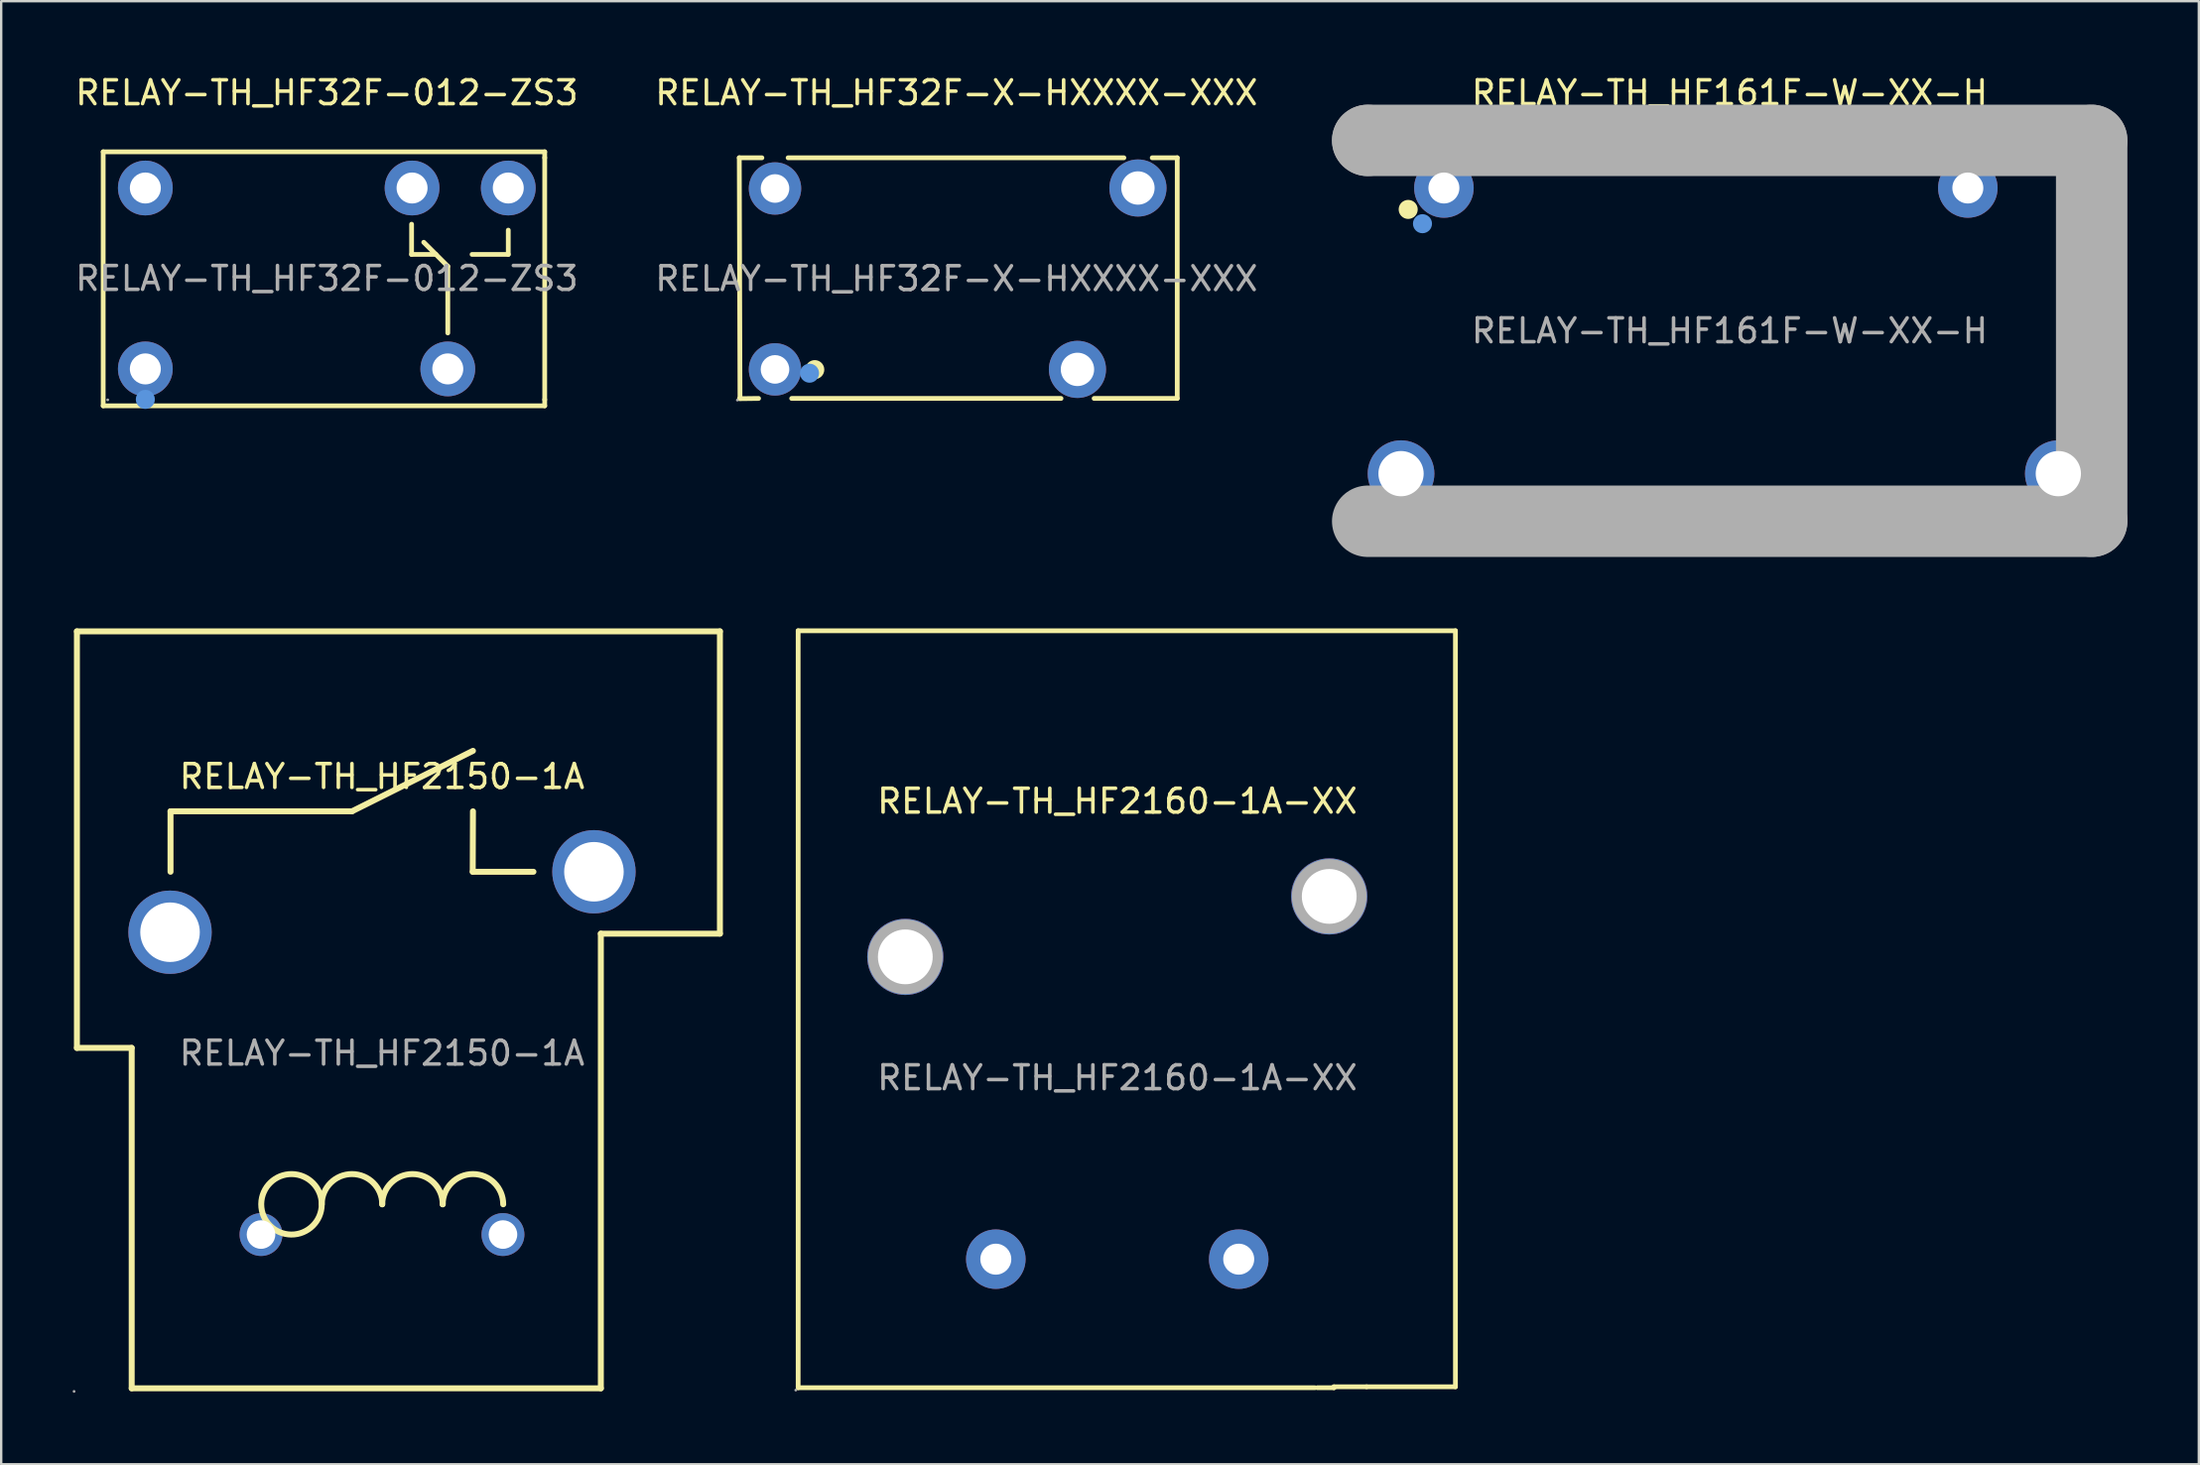
<source format=kicad_pcb>
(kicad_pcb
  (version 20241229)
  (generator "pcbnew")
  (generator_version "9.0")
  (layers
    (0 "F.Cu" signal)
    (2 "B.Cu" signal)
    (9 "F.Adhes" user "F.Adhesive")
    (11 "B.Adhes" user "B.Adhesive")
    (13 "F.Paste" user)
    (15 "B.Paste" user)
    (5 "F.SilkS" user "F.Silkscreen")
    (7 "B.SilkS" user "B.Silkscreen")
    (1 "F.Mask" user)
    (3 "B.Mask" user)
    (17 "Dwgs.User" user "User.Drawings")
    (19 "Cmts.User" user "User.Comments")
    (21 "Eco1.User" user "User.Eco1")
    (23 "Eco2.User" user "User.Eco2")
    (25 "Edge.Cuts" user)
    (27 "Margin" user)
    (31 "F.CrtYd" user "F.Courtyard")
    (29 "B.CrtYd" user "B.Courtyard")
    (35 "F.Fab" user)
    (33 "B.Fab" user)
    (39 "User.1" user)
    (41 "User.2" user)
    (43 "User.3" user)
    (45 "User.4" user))
  (footprint "RELAY-TH_HF2150-1A"
    (layer "F.Cu")
    (at 12.99 41.193)
    (property "Reference" "RELAY-TH_HF2150-1A" (at 0 -11.62 0) (layer "F.SilkS") (effects (font (size 1 1) (thickness 0.15))))
    (attr through_hole)
    (fp_line (start -12.81 -17.72) (end -12.81 -0.22) (stroke (width 0.25) (type solid)) (layer "F.SilkS"))
    (fp_line (start -12.81 -0.22) (end -10.51 -0.22) (stroke (width 0.25) (type solid)) (layer "F.SilkS"))
    (fp_line (start -10.51 -0.22) (end -10.51 14.08) (stroke (width 0.25) (type solid)) (layer "F.SilkS"))
    (fp_line (start -8.88 -10.16) (end -1.26 -10.16) (stroke (width 0.25) (type solid)) (layer "F.SilkS"))
    (fp_line (start -8.88 -7.62) (end -8.88 -10.16) (stroke (width 0.25) (type solid)) (layer "F.SilkS"))
    (fp_line (start -1.26 -10.16) (end 3.82 -12.7) (stroke (width 0.25) (type solid)) (layer "F.SilkS"))
    (fp_line (start 3.81 -7.62) (end 3.82 -10.16) (stroke (width 0.25) (type solid)) (layer "F.SilkS"))
    (fp_line (start 6.36 -7.62) (end 3.81 -7.62) (stroke (width 0.25) (type solid)) (layer "F.SilkS"))
    (fp_line (start 9.19 -5.02) (end 9.19 14.08) (stroke (width 0.25) (type solid)) (layer "F.SilkS"))
    (fp_line (start 9.19 14.08) (end -10.51 14.08) (stroke (width 0.25) (type solid)) (layer "F.SilkS"))
    (fp_line (start 14.19 -17.72) (end -12.81 -17.72) (stroke (width 0.25) (type solid)) (layer "F.SilkS"))
    (fp_line (start 14.19 -17.72) (end 14.19 -5.02) (stroke (width 0.25) (type solid)) (layer "F.SilkS"))
    (fp_line (start 14.19 -5.02) (end 9.19 -5.02) (stroke (width 0.25) (type solid)) (layer "F.SilkS"))
    (fp_arc (start -5.069807 6.327835) (mid -2.530048 6.361083) (end -5.07 6.35) (stroke (width 0.25) (type solid)) (layer "F.SilkS"))
    (fp_arc (start -2.53 6.35) (mid -1.26 5.08) (end 0.01 6.35) (stroke (width 0.25) (type solid)) (layer "F.SilkS"))
    (fp_arc (start 0.01 6.35) (mid 1.28 5.08) (end 2.55 6.35) (stroke (width 0.25) (type solid)) (layer "F.SilkS"))
    (fp_arc (start 2.55 6.35) (mid 3.82 5.08) (end 5.09 6.35) (stroke (width 0.25) (type solid)) (layer "F.SilkS"))
    (fp_circle (center -12.93 14.21) (end -12.9 14.21) (stroke (width 0.06) (type solid)) (fill no) (layer "F.Fab"))
    (fp_circle (center -8.9 -5.08) (end -8.32 -5.08) (stroke (width 1.15) (type solid)) (fill no) (layer "F.Fab"))
    (fp_circle (center -5.08 7.62) (end -4.83 7.62) (stroke (width 0.5) (type solid)) (fill no) (layer "F.Fab"))
    (fp_circle (center 5.08 7.62) (end 5.33 7.62) (stroke (width 0.5) (type solid)) (fill no) (layer "F.Fab"))
    (fp_circle (center 8.9 -7.62) (end 9.48 -7.62) (stroke (width 1.15) (type solid)) (fill no) (layer "F.Fab"))
    (fp_text user "${REFERENCE}" (at 0 0 0) (layer "F.Fab") (effects (font (size 1 1) (thickness 0.15))))
    (pad "1" thru_hole circle (at -5.08 7.62) (size 1.8 1.8) (drill 1.2) (layers "*.Cu" "*.Paste" "*.Mask"))
    (pad "2" thru_hole circle (at 5.08 7.62) (size 1.8 1.8) (drill 1.2) (layers "*.Cu" "*.Paste" "*.Mask"))
    (pad "3" thru_hole circle (at 8.9 -7.62) (size 3.5 3.5) (drill 2.5) (layers "*.Cu" "*.Paste" "*.Mask"))
    (pad "4" thru_hole circle (at -8.9 -5.08) (size 3.5 3.5) (drill 2.5) (layers "*.Cu" "*.Paste" "*.Mask")))
  (footprint "RELAY-TH_HF32F-012-ZS3"
    (layer "F.Cu")
    (at 10.673 8.648)
    (property "Reference" "RELAY-TH_HF32F-012-ZS3" (at 0 -7.8 0) (layer "F.SilkS") (effects (font (size 1 1) (thickness 0.15))))
    (attr through_hole)
    (fp_line (start -9.39 -5.32) (end 9.15 -5.32) (stroke (width 0.2) (type solid)) (layer "F.SilkS"))
    (fp_line (start -9.39 5.35) (end -9.39 -5.32) (stroke (width 0.2) (type solid)) (layer "F.SilkS"))
    (fp_line (start 3.56 -2.28) (end 3.56 -1.01) (stroke (width 0.2) (type solid)) (layer "F.SilkS"))
    (fp_line (start 3.56 -1.01) (end 4.58 -1.01) (stroke (width 0.2) (type solid)) (layer "F.SilkS"))
    (fp_line (start 5.08 -0.51) (end 4.07 -1.52) (stroke (width 0.2) (type solid)) (layer "F.SilkS"))
    (fp_line (start 5.08 2.29) (end 5.08 -0.51) (stroke (width 0.2) (type solid)) (layer "F.SilkS"))
    (fp_line (start 7.62 -2.03) (end 7.62 -1.01) (stroke (width 0.2) (type solid)) (layer "F.SilkS"))
    (fp_line (start 7.62 -1.01) (end 6.1 -1.01) (stroke (width 0.2) (type solid)) (layer "F.SilkS"))
    (fp_line (start 9.15 -5.32) (end 9.15 -5.07) (stroke (width 0.2) (type solid)) (layer "F.SilkS"))
    (fp_line (start 9.15 -5.07) (end 9.15 5.09) (stroke (width 0.2) (type solid)) (layer "F.SilkS"))
    (fp_line (start 9.15 5.09) (end 9.15 5.35) (stroke (width 0.2) (type solid)) (layer "F.SilkS"))
    (fp_line (start 9.15 5.35) (end -9.39 5.35) (stroke (width 0.2) (type solid)) (layer "F.SilkS"))
    (fp_circle (center -7.62 5.08) (end -7.42 5.08) (stroke (width 0.4) (type solid)) (fill no) (layer "Cmts.User"))
    (fp_circle (center -9.2 5.1) (end -9.17 5.1) (stroke (width 0.06) (type solid)) (fill no) (layer "F.Fab"))
    (fp_text user "${REFERENCE}" (at 0 0 0) (layer "F.Fab") (effects (font (size 1 1) (thickness 0.15))))
    (pad "1" thru_hole circle (at -7.62 3.8) (size 2.3 2.3) (drill 1.3) (layers "*.Cu" "*.Paste" "*.Mask"))
    (pad "2" thru_hole circle (at -7.62 -3.8) (size 2.3 2.3) (drill 1.3) (layers "*.Cu" "*.Paste" "*.Mask"))
    (pad "3" thru_hole circle (at 3.58 -3.8) (size 2.3 2.3) (drill 1.3) (layers "*.Cu" "*.Paste" "*.Mask"))
    (pad "4" thru_hole circle (at 7.62 -3.8) (size 2.3 2.3) (drill 1.3) (layers "*.Cu" "*.Paste" "*.Mask"))
    (pad "5" thru_hole circle (at 5.08 3.8) (size 2.3 2.3) (drill 1.3) (layers "*.Cu" "*.Paste" "*.Mask")))
  (footprint "RELAY-TH_HF32F-X-HXXXX-XXX"
    (layer "F.Cu")
    (at 37.113 8.658)
    (property "Reference" "RELAY-TH_HF32F-X-HXXXX-XXX" (at 0 -7.81 0) (layer "F.SilkS") (effects (font (size 1 1) (thickness 0.15))))
    (attr through_hole)
    (fp_line (start -9.12 -5.08) (end -9.09 5.03) (stroke (width 0.2) (type solid)) (layer "F.SilkS"))
    (fp_line (start -9.11 5.04) (end -8.31 5.03) (stroke (width 0.2) (type solid)) (layer "F.SilkS"))
    (fp_line (start -8.17 -5.08) (end -9.12 -5.08) (stroke (width 0.2) (type solid)) (layer "F.SilkS"))
    (fp_line (start -6.92 5.03) (end 4.39 5.03) (stroke (width 0.2) (type solid)) (layer "F.SilkS"))
    (fp_line (start 5.78 5.03) (end 9.27 5.03) (stroke (width 0.2) (type solid)) (layer "F.SilkS"))
    (fp_line (start 7.03 -5.08) (end -7.07 -5.08) (stroke (width 0.2) (type solid)) (layer "F.SilkS"))
    (fp_line (start 9.27 -5.08) (end 8.22 -5.08) (stroke (width 0.2) (type solid)) (layer "F.SilkS"))
    (fp_line (start 9.27 5.03) (end 9.27 -5.08) (stroke (width 0.2) (type solid)) (layer "F.SilkS"))
    (fp_circle (center -5.95 3.82) (end -5.75 3.82) (stroke (width 0.4) (type solid)) (fill no) (layer "F.SilkS"))
    (fp_circle (center -6.17 3.97) (end -5.97 3.97) (stroke (width 0.4) (type solid)) (fill no) (layer "Cmts.User"))
    (fp_circle (center -9.2 5.1) (end -9.17 5.1) (stroke (width 0.06) (type solid)) (fill no) (layer "F.Fab"))
    (fp_text user "${REFERENCE}" (at 0 0 0) (layer "F.Fab") (effects (font (size 1 1) (thickness 0.15))))
    (pad "1" thru_hole circle (at -7.62 3.81) (size 2.2 2.2) (drill 1.2) (layers "*.Cu" "*.Paste" "*.Mask"))
    (pad "2" thru_hole circle (at -7.62 -3.79) (size 2.2 2.2) (drill 1.2) (layers "*.Cu" "*.Paste" "*.Mask"))
    (pad "3" thru_hole circle (at 7.62 -3.81) (size 2.4 2.4) (drill 1.4) (layers "*.Cu" "*.Paste" "*.Mask"))
    (pad "4" thru_hole circle (at 5.08 3.81) (size 2.4 2.4) (drill 1.4) (layers "*.Cu" "*.Paste" "*.Mask")))
  (footprint "RELAY-TH_HF2160-1A-XX"
    (layer "F.Cu")
    (at 43.865 42.228)
    (property "Reference" "RELAY-TH_HF2160-1A-XX" (at 0 -11.62 0) (layer "F.SilkS") (effects (font (size 1 1) (thickness 0.15))))
    (attr through_hole)
    (fp_line (start -13.4 -18.78) (end -13.4 13.02) (stroke (width 0.2) (type solid)) (layer "F.SilkS"))
    (fp_line (start -13.4 13.02) (end 8.3 13.02) (stroke (width 0.2) (type solid)) (layer "F.SilkS"))
    (fp_line (start 8.4 13.02) (end 9.1 13.02) (stroke (width 0.2) (type solid)) (layer "F.SilkS"))
    (fp_line (start 9.1 12.98) (end 10.47 12.98) (stroke (width 0.2) (type solid)) (layer "F.SilkS"))
    (fp_line (start 9.1 13.02) (end 9.1 12.98) (stroke (width 0.2) (type solid)) (layer "F.SilkS"))
    (fp_line (start 10.47 12.98) (end 14.2 12.98) (stroke (width 0.2) (type solid)) (layer "F.SilkS"))
    (fp_line (start 14.2 -18.78) (end -13.4 -18.78) (stroke (width 0.2) (type solid)) (layer "F.SilkS"))
    (fp_line (start 14.2 12.98) (end 14.2 -18.78) (stroke (width 0.2) (type solid)) (layer "F.SilkS"))
    (fp_circle (center -13.5 13.12) (end -13.47 13.12) (stroke (width 0.06) (type solid)) (fill no) (layer "F.Fab"))
    (fp_circle (center -8.9 -5.08) (end -8.38 -5.08) (stroke (width 1.05) (type solid)) (fill no) (layer "F.Fab"))
    (fp_circle (center -5.1 7.62) (end -4.82 7.62) (stroke (width 0.55) (type solid)) (fill no) (layer "F.Fab"))
    (fp_circle (center 5.1 7.62) (end 5.38 7.62) (stroke (width 0.55) (type solid)) (fill no) (layer "F.Fab"))
    (fp_circle (center 8.9 -7.62) (end 9.42 -7.62) (stroke (width 1.05) (type solid)) (fill no) (layer "F.Fab"))
    (fp_text user "${REFERENCE}" (at 0 0 0) (layer "F.Fab") (effects (font (size 1 1) (thickness 0.15))))
    (pad "1" thru_hole circle (at -5.1 7.62) (size 2.5 2.5) (drill 1.3) (layers "*.Cu" "*.Paste" "*.Mask"))
    (pad "2" thru_hole circle (at 5.1 7.62) (size 2.5 2.5) (drill 1.3) (layers "*.Cu" "*.Paste" "*.Mask"))
    (pad "3" thru_hole circle (at 8.9 -7.62) (size 3.2 3.2) (drill 2.3) (layers "*.Cu" "*.Paste" "*.Mask"))
    (pad "4" thru_hole circle (at -8.9 -5.08) (size 3.2 3.2) (drill 2.3) (layers "*.Cu" "*.Paste" "*.Mask")))
  (footprint "RELAY-TH_HF161F-W-XX-H"
    (layer "F.Cu")
    (at 69.581 10.848)
    (property "Reference" "RELAY-TH_HF161F-W-XX-H" (at 0 -10 0) (layer "F.SilkS") (effects (font (size 1 1) (thickness 0.15))))
    (attr through_hole)
    (fp_circle (center -13.5 -5.1) (end -13.3 -5.1) (stroke (width 0.4) (type solid)) (fill no) (layer "F.SilkS"))
    (fp_circle (center -12.9 -4.5) (end -12.7 -4.5) (stroke (width 0.4) (type solid)) (fill no) (layer "Cmts.User"))
    (fp_line (start -15.2 -8) (end -15.2 -8) (stroke (width 3) (type solid)) (layer "F.Fab"))
    (fp_line (start -15.2 -8) (end 15.2 -8) (stroke (width 3) (type solid)) (layer "F.Fab"))
    (fp_line (start 15.2 -8) (end 15.2 8) (stroke (width 3) (type solid)) (layer "F.Fab"))
    (fp_line (start 15.2 8) (end -15.2 8) (stroke (width 3) (type solid)) (layer "F.Fab"))
    (fp_circle (center -15.2 -7.95) (end -15.17 -7.95) (stroke (width 0.06) (type solid)) (fill no) (layer "F.Fab"))
    (fp_circle (center -12 -6) (end -11.82 -6) (stroke (width 0.35) (type solid)) (fill no) (layer "F.Fab"))
    (fp_circle (center 10 -6) (end 10.18 -6) (stroke (width 0.35) (type solid)) (fill no) (layer "F.Fab"))
    (fp_text user "${REFERENCE}" (at 0 0 0) (layer "F.Fab") (effects (font (size 1 1) (thickness 0.15))))
    (pad "1" thru_hole circle (at -12 -6) (size 2.5 2.5) (drill 1.3) (layers "*.Cu" "*.Paste" "*.Mask"))
    (pad "2" thru_hole circle (at 10 -6) (size 2.5 2.5) (drill 1.3) (layers "*.Cu" "*.Paste" "*.Mask"))
    (pad "3" thru_hole circle (at 13.8 6) (size 2.8 2.8) (drill 1.9) (layers "*.Cu" "*.Paste" "*.Mask"))
    (pad "4" thru_hole circle (at -13.8 6) (size 2.8 2.8) (drill 1.9) (layers "*.Cu" "*.Paste" "*.Mask")))
  (gr_rect
    (start -3 -3)
    (end 89.281 58.463)
    (stroke (width 0.1) (type default))
    (fill no)
    (layer "Edge.Cuts")))
</source>
